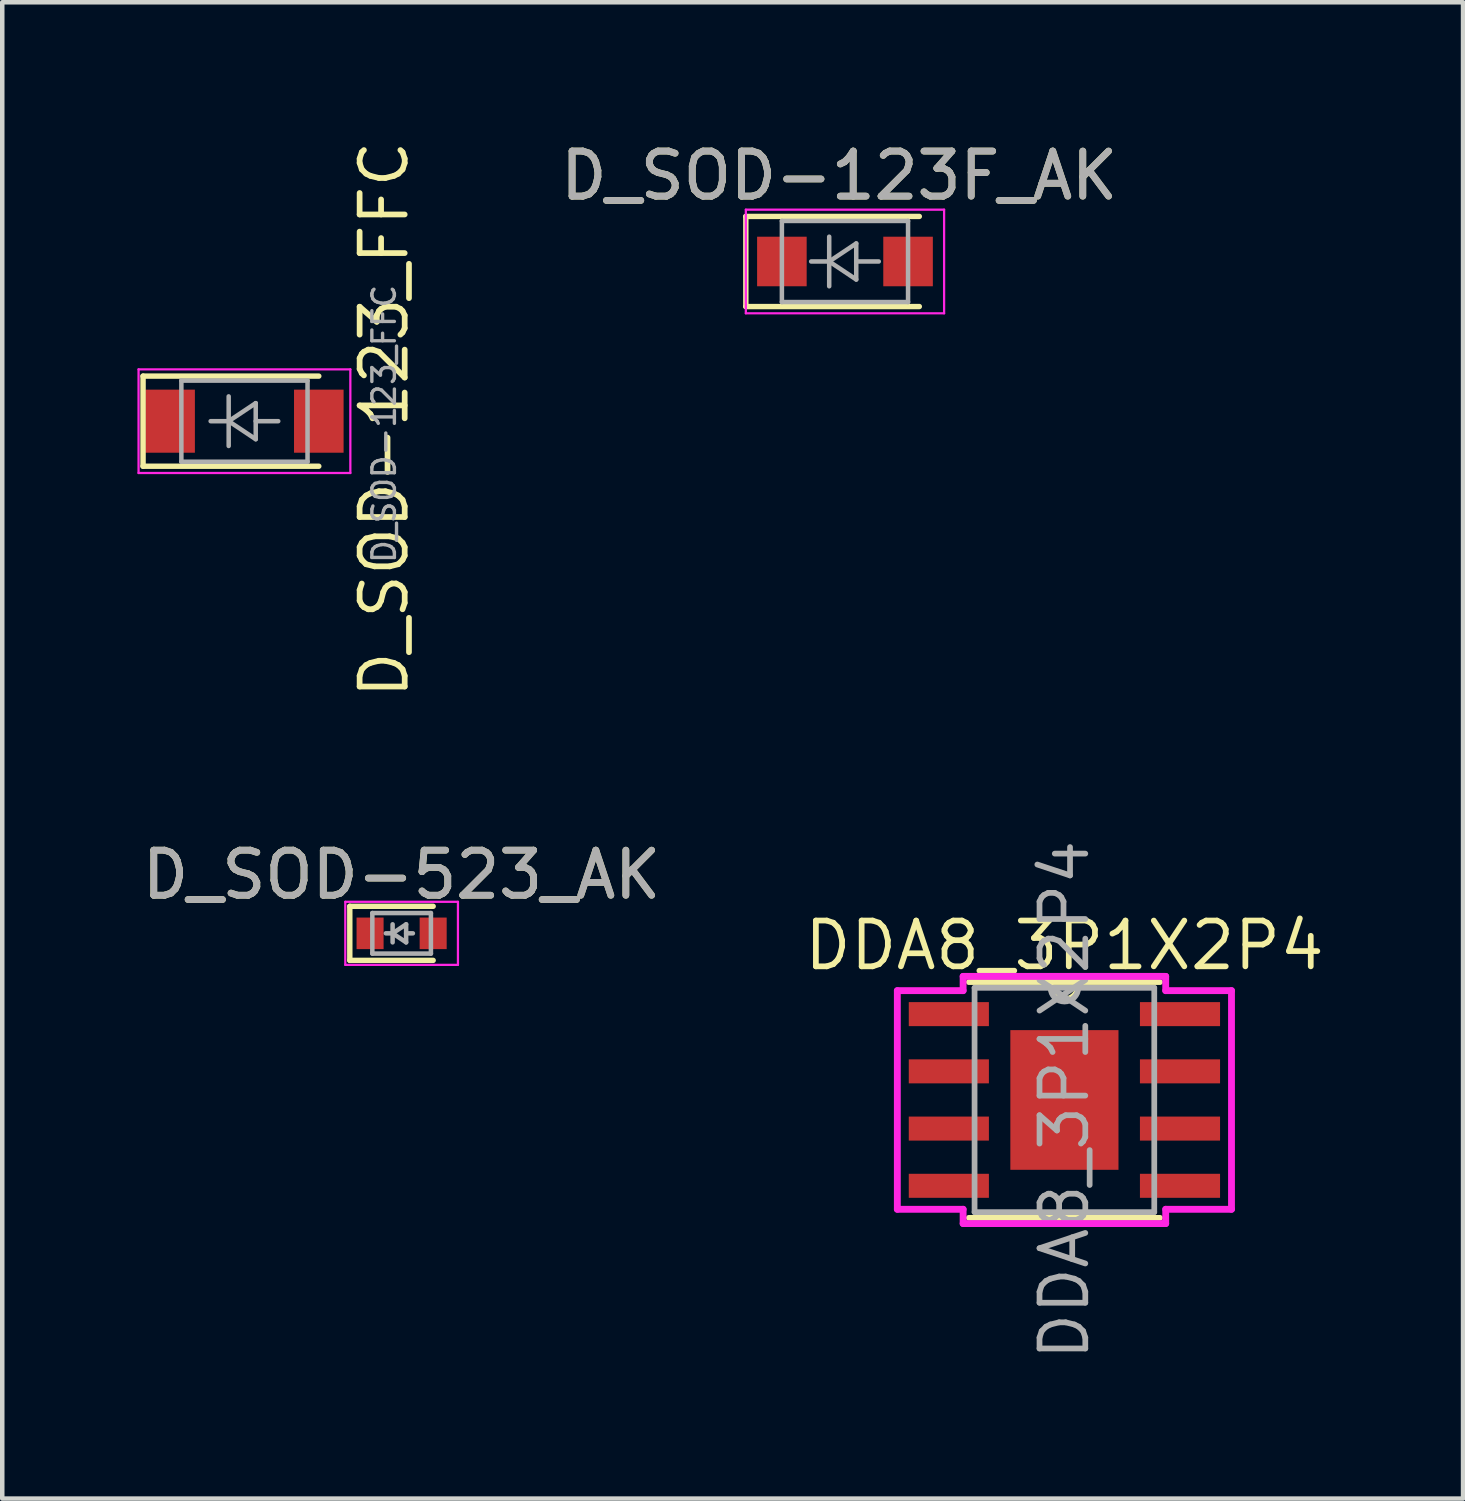
<source format=kicad_pcb>
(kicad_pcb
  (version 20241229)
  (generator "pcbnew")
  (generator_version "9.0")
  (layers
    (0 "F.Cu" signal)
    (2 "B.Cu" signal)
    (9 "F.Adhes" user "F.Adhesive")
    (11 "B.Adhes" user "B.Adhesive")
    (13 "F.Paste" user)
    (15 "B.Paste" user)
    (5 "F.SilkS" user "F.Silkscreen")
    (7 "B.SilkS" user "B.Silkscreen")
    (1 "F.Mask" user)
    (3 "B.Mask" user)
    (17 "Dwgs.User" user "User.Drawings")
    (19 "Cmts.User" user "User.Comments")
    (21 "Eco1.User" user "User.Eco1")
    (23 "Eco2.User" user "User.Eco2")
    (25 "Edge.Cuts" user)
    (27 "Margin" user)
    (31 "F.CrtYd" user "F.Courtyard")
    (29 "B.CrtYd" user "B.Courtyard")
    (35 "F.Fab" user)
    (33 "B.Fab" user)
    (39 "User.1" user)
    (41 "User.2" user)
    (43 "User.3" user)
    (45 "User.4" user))
  (footprint "D_SOD-523_AK"
    (layer "F.Cu")
    (at 5.863 17.663)
    (property "Reference" "D_SOD-523_AK" (at 0 -1.3 0) (layer "F.SilkS") (effects (font (size 1 1) (thickness 0.15))))
    (attr smd)
    (fp_line (start -1.15 -0.6) (end -1.15 0.6) (stroke (width 0.12) (type solid)) (layer "F.SilkS"))
    (fp_line (start 0.7 -0.6) (end -1.15 -0.6) (stroke (width 0.12) (type solid)) (layer "F.SilkS"))
    (fp_line (start 0.7 0.6) (end -1.15 0.6) (stroke (width 0.12) (type solid)) (layer "F.SilkS"))
    (fp_line (start -1.25 -0.7) (end 1.25 -0.7) (stroke (width 0.05) (type solid)) (layer "F.CrtYd"))
    (fp_line (start -1.25 0.7) (end -1.25 -0.7) (stroke (width 0.05) (type solid)) (layer "F.CrtYd"))
    (fp_line (start 1.25 -0.7) (end 1.25 0.7) (stroke (width 0.05) (type solid)) (layer "F.CrtYd"))
    (fp_line (start 1.25 0.7) (end -1.25 0.7) (stroke (width 0.05) (type solid)) (layer "F.CrtYd"))
    (fp_line (start -0.65 -0.45) (end 0.65 -0.45) (stroke (width 0.1) (type solid)) (layer "F.Fab"))
    (fp_line (start -0.65 0.45) (end -0.65 -0.45) (stroke (width 0.1) (type solid)) (layer "F.Fab"))
    (fp_line (start -0.2 0) (end -0.35 0) (stroke (width 0.1) (type solid)) (layer "F.Fab"))
    (fp_line (start -0.2 0) (end 0.1 0.2) (stroke (width 0.1) (type solid)) (layer "F.Fab"))
    (fp_line (start -0.2 0.2) (end -0.2 -0.2) (stroke (width 0.1) (type solid)) (layer "F.Fab"))
    (fp_line (start 0.1 -0.2) (end -0.2 0) (stroke (width 0.1) (type solid)) (layer "F.Fab"))
    (fp_line (start 0.1 0) (end 0.25 0) (stroke (width 0.1) (type solid)) (layer "F.Fab"))
    (fp_line (start 0.1 0.2) (end 0.1 -0.2) (stroke (width 0.1) (type solid)) (layer "F.Fab"))
    (fp_line (start 0.65 -0.45) (end 0.65 0.45) (stroke (width 0.1) (type solid)) (layer "F.Fab"))
    (fp_line (start 0.65 0.45) (end -0.65 0.45) (stroke (width 0.1) (type solid)) (layer "F.Fab"))
    (fp_text user "${REFERENCE}" (at 0 -1.3 0) (layer "F.Fab") (effects (font (size 1 1) (thickness 0.15))))
    (pad "A" smd rect (at 0.7 0 180) (size 0.6 0.7) (layers "F.Cu" "F.Mask" "F.Paste"))
    (pad "K" smd rect (at -0.7 0 180) (size 0.6 0.7) (layers "F.Cu" "F.Mask" "F.Paste")))
  (footprint "DDA8_3P1X2P4"
    (layer "F.Cu")
    (at 20.572 21.361)
    (property "Reference" "DDA8_3P1X2P4" (at 0 -3.429 0) (layer "F.SilkS") (effects (font (size 1.016 1.016) (thickness 0.127))))
    (attr smd)
    (fp_line (start -2.121 2.616) (end 2.121 2.616) (stroke (width 0.127) (type solid)) (layer "F.SilkS"))
    (fp_line (start 2.121 -2.616) (end -2.121 -2.616) (stroke (width 0.127) (type solid)) (layer "F.SilkS"))
    (fp_arc (start 0.3048 -2.54) (mid 0 -2.2352) (end -0.3048 -2.54) (stroke (width 0.127) (type solid)) (layer "F.SilkS"))
    (fp_line (start -3.708 -2.426) (end -2.248 -2.426) (stroke (width 0.152) (type solid)) (layer "F.CrtYd"))
    (fp_line (start -3.708 2.426) (end -3.708 -2.426) (stroke (width 0.152) (type solid)) (layer "F.CrtYd"))
    (fp_line (start -2.248 -2.743) (end 2.248 -2.743) (stroke (width 0.152) (type solid)) (layer "F.CrtYd"))
    (fp_line (start -2.248 -2.426) (end -2.248 -2.743) (stroke (width 0.152) (type solid)) (layer "F.CrtYd"))
    (fp_line (start -2.248 2.426) (end -3.708 2.426) (stroke (width 0.152) (type solid)) (layer "F.CrtYd"))
    (fp_line (start -2.248 2.743) (end -2.248 2.426) (stroke (width 0.152) (type solid)) (layer "F.CrtYd"))
    (fp_line (start 2.248 -2.743) (end 2.248 -2.426) (stroke (width 0.152) (type solid)) (layer "F.CrtYd"))
    (fp_line (start 2.248 -2.426) (end 3.708 -2.426) (stroke (width 0.152) (type solid)) (layer "F.CrtYd"))
    (fp_line (start 2.248 2.426) (end 2.248 2.743) (stroke (width 0.152) (type solid)) (layer "F.CrtYd"))
    (fp_line (start 2.248 2.743) (end -2.248 2.743) (stroke (width 0.152) (type solid)) (layer "F.CrtYd"))
    (fp_line (start 3.708 -2.426) (end 3.708 2.426) (stroke (width 0.152) (type solid)) (layer "F.CrtYd"))
    (fp_line (start 3.708 2.426) (end 2.248 2.426) (stroke (width 0.152) (type solid)) (layer "F.CrtYd"))
    (fp_line (start -1.994 -2.489) (end -1.994 2.489) (stroke (width 0.127) (type solid)) (layer "F.Fab"))
    (fp_line (start -1.994 2.489) (end 1.994 2.489) (stroke (width 0.127) (type solid)) (layer "F.Fab"))
    (fp_line (start 1.994 -2.489) (end -1.994 -2.489) (stroke (width 0.127) (type solid)) (layer "F.Fab"))
    (fp_line (start 1.994 2.489) (end 1.994 -2.489) (stroke (width 0.127) (type solid)) (layer "F.Fab"))
    (fp_arc (start 0.3048 -2.4892) (mid 0 -2.1844) (end -0.3048 -2.4892) (stroke (width 0.127) (type solid)) (layer "F.Fab"))
    (fp_text user "${REFERENCE}" (at 0 0 90) (layer "F.Fab") (effects (font (size 1.016 1.016) (thickness 0.127))))
    (pad "1" smd rect (at -2.565 -1.905) (size 1.778 0.533) (layers "F.Cu" "F.Mask" "F.Paste"))
    (pad "2" smd rect (at -2.565 -0.635) (size 1.778 0.533) (layers "F.Cu" "F.Mask" "F.Paste"))
    (pad "3" smd rect (at -2.565 0.635) (size 1.778 0.533) (layers "F.Cu" "F.Mask" "F.Paste"))
    (pad "4" smd rect (at -2.565 1.905) (size 1.778 0.533) (layers "F.Cu" "F.Mask" "F.Paste"))
    (pad "5" smd rect (at 2.565 1.905) (size 1.778 0.533) (layers "F.Cu" "F.Mask" "F.Paste"))
    (pad "6" smd rect (at 2.565 0.635) (size 1.778 0.533) (layers "F.Cu" "F.Mask" "F.Paste"))
    (pad "7" smd rect (at 2.565 -0.635) (size 1.778 0.533) (layers "F.Cu" "F.Mask" "F.Paste"))
    (pad "8" smd rect (at 2.565 -1.905) (size 1.778 0.533) (layers "F.Cu" "F.Mask" "F.Paste"))
    (pad "9" smd rect (at 0 0) (size 2.4 3.1) (layers "F.Cu" "F.Mask" "F.Paste")))
  (footprint "D_SOD-123F_AK"
    (layer "F.Cu")
    (at 15.702 2.753)
    (property "Reference" "D_SOD-123F_AK" (at -0.127 -1.905 0) (layer "F.SilkS") (effects (font (size 1 1) (thickness 0.15))))
    (attr smd)
    (fp_line (start -2.2 -1) (end -2.2 1) (stroke (width 0.12) (type solid)) (layer "F.SilkS"))
    (fp_line (start -2.2 -1) (end 1.65 -1) (stroke (width 0.12) (type solid)) (layer "F.SilkS"))
    (fp_line (start -2.2 1) (end 1.65 1) (stroke (width 0.12) (type solid)) (layer "F.SilkS"))
    (fp_line (start -2.2 -1.15) (end -2.2 1.15) (stroke (width 0.05) (type solid)) (layer "F.CrtYd"))
    (fp_line (start -2.2 -1.15) (end 2.2 -1.15) (stroke (width 0.05) (type solid)) (layer "F.CrtYd"))
    (fp_line (start 2.2 -1.15) (end 2.2 1.15) (stroke (width 0.05) (type solid)) (layer "F.CrtYd"))
    (fp_line (start 2.2 1.15) (end -2.2 1.15) (stroke (width 0.05) (type solid)) (layer "F.CrtYd"))
    (fp_line (start -1.4 -0.9) (end 1.4 -0.9) (stroke (width 0.1) (type solid)) (layer "F.Fab"))
    (fp_line (start -1.4 0.9) (end -1.4 -0.9) (stroke (width 0.1) (type solid)) (layer "F.Fab"))
    (fp_line (start -0.75 0) (end -0.35 0) (stroke (width 0.1) (type solid)) (layer "F.Fab"))
    (fp_line (start -0.35 0) (end -0.35 -0.55) (stroke (width 0.1) (type solid)) (layer "F.Fab"))
    (fp_line (start -0.35 0) (end -0.35 0.55) (stroke (width 0.1) (type solid)) (layer "F.Fab"))
    (fp_line (start -0.35 0) (end 0.25 -0.4) (stroke (width 0.1) (type solid)) (layer "F.Fab"))
    (fp_line (start 0.25 -0.4) (end 0.25 0.4) (stroke (width 0.1) (type solid)) (layer "F.Fab"))
    (fp_line (start 0.25 0) (end 0.75 0) (stroke (width 0.1) (type solid)) (layer "F.Fab"))
    (fp_line (start 0.25 0.4) (end -0.35 0) (stroke (width 0.1) (type solid)) (layer "F.Fab"))
    (fp_line (start 1.4 -0.9) (end 1.4 0.9) (stroke (width 0.1) (type solid)) (layer "F.Fab"))
    (fp_line (start 1.4 0.9) (end -1.4 0.9) (stroke (width 0.1) (type solid)) (layer "F.Fab"))
    (fp_text user "${REFERENCE}" (at -0.127 -1.905 0) (layer "F.Fab") (effects (font (size 1 1) (thickness 0.15))))
    (pad "A" smd rect (at 1.4 0) (size 1.1 1.1) (layers "F.Cu" "F.Mask" "F.Paste"))
    (pad "K" smd rect (at -1.4 0) (size 1.1 1.1) (layers "F.Cu" "F.Mask" "F.Paste")))
  (footprint "D_SOD-123_FFC"
    (layer "F.Cu")
    (at 2.375 6.297)
    (property "Reference" "D_SOD-123_FFC" (at 3.1 -0.04 90) (layer "F.SilkS") (effects (font (size 1 1) (thickness 0.127))))
    (attr smd)
    (fp_line (start -2.25 -1) (end -2.25 1) (stroke (width 0.12) (type solid)) (layer "F.SilkS"))
    (fp_line (start -2.25 -1) (end 1.65 -1) (stroke (width 0.12) (type solid)) (layer "F.SilkS"))
    (fp_line (start -2.25 1) (end 1.65 1) (stroke (width 0.12) (type solid)) (layer "F.SilkS"))
    (fp_line (start -2.35 -1.15) (end -2.35 1.15) (stroke (width 0.05) (type solid)) (layer "F.CrtYd"))
    (fp_line (start -2.35 -1.15) (end 2.35 -1.15) (stroke (width 0.05) (type solid)) (layer "F.CrtYd"))
    (fp_line (start 2.35 -1.15) (end 2.35 1.15) (stroke (width 0.05) (type solid)) (layer "F.CrtYd"))
    (fp_line (start 2.35 1.15) (end -2.35 1.15) (stroke (width 0.05) (type solid)) (layer "F.CrtYd"))
    (fp_line (start -1.4 -0.9) (end 1.4 -0.9) (stroke (width 0.1) (type solid)) (layer "F.Fab"))
    (fp_line (start -1.4 0.9) (end -1.4 -0.9) (stroke (width 0.1) (type solid)) (layer "F.Fab"))
    (fp_line (start -0.75 0) (end -0.35 0) (stroke (width 0.1) (type solid)) (layer "F.Fab"))
    (fp_line (start -0.35 0) (end -0.35 -0.55) (stroke (width 0.1) (type solid)) (layer "F.Fab"))
    (fp_line (start -0.35 0) (end -0.35 0.55) (stroke (width 0.1) (type solid)) (layer "F.Fab"))
    (fp_line (start -0.35 0) (end 0.25 -0.4) (stroke (width 0.1) (type solid)) (layer "F.Fab"))
    (fp_line (start 0.25 -0.4) (end 0.25 0.4) (stroke (width 0.1) (type solid)) (layer "F.Fab"))
    (fp_line (start 0.25 0) (end 0.75 0) (stroke (width 0.1) (type solid)) (layer "F.Fab"))
    (fp_line (start 0.25 0.4) (end -0.35 0) (stroke (width 0.1) (type solid)) (layer "F.Fab"))
    (fp_line (start 1.4 -0.9) (end 1.4 0.9) (stroke (width 0.1) (type solid)) (layer "F.Fab"))
    (fp_line (start 1.4 0.9) (end -1.4 0.9) (stroke (width 0.1) (type solid)) (layer "F.Fab"))
    (fp_text user "${REFERENCE}" (at 3.1 0.06 90) (layer "F.Fab") (effects (font (size 0.5 0.5) (thickness 0.075))))
    (pad "1" smd rect (at -1.65 0) (size 1.1 1.4) (layers "F.Cu" "F.Mask" "F.Paste"))
    (pad "2" smd rect (at 1.65 0) (size 1.1 1.4) (layers "F.Cu" "F.Mask" "F.Paste")))
  (gr_rect
    (start -3 -3)
    (end 29.419 30.207)
    (stroke (width 0.1) (type default))
    (fill no)
    (layer "Edge.Cuts")))
</source>
